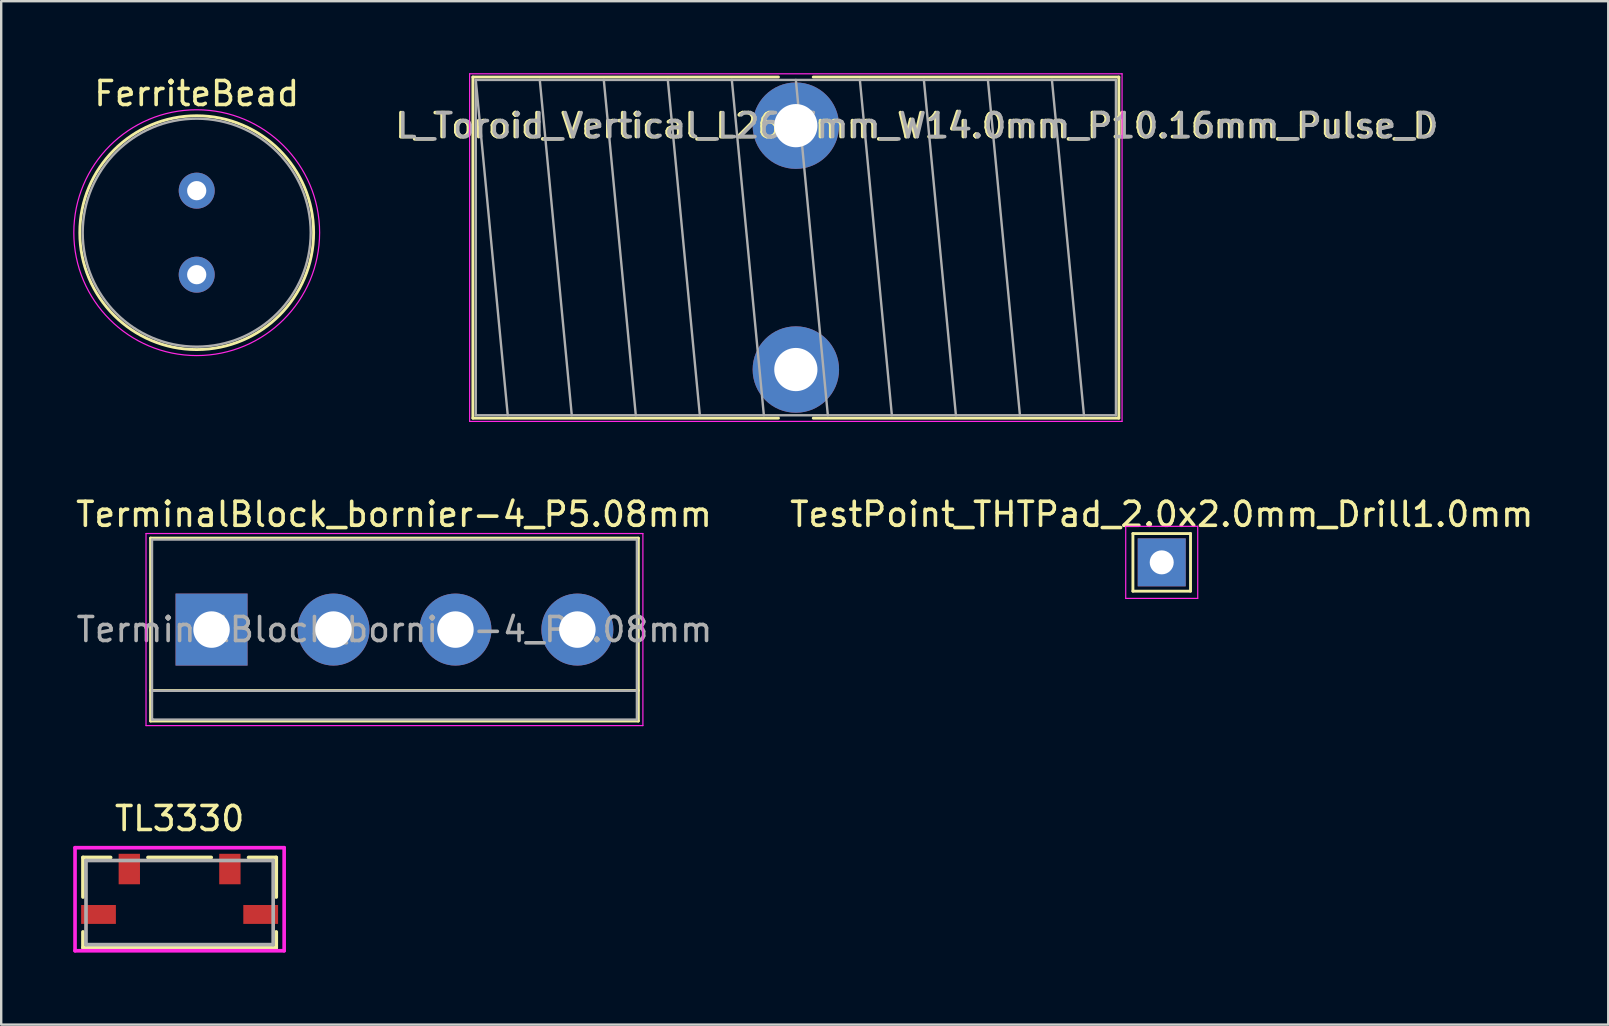
<source format=kicad_pcb>
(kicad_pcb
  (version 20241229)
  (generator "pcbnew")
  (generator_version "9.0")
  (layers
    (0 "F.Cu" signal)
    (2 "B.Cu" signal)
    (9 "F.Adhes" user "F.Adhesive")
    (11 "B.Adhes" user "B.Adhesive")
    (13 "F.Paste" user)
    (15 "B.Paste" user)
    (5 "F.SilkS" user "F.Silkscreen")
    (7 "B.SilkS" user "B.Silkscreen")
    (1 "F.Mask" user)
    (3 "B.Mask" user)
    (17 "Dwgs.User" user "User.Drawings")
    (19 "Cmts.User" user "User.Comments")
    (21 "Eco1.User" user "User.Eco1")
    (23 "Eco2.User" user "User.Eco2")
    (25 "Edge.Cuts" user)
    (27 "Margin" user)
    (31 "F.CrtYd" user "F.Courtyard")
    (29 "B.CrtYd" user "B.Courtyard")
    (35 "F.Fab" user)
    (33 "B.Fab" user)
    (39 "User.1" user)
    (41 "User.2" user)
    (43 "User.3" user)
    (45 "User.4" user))
  (footprint "TerminalBlock_bornier-4_P5.08mm"
    (layer "F.Cu")
    (at 5.763 23.178)
    (property "Reference" "TerminalBlock_bornier-4_P5.08mm" (at 7.6 -4.8 0) (layer "F.SilkS") (effects (font (size 1 1) (thickness 0.15))))
    (attr through_hole)
    (fp_line (start -2.54 -3.81) (end -2.54 3.81) (stroke (width 0.12) (type solid)) (layer "F.SilkS"))
    (fp_line (start -2.54 -3.81) (end 17.78 -3.81) (stroke (width 0.12) (type solid)) (layer "F.SilkS"))
    (fp_line (start -2.54 3.81) (end 17.78 3.81) (stroke (width 0.12) (type solid)) (layer "F.SilkS"))
    (fp_line (start 17.78 2.54) (end -2.54 2.54) (stroke (width 0.12) (type solid)) (layer "F.SilkS"))
    (fp_line (start 17.78 3.81) (end 17.78 -3.81) (stroke (width 0.12) (type solid)) (layer "F.SilkS"))
    (fp_line (start -2.73 -4) (end -2.73 4) (stroke (width 0.05) (type solid)) (layer "F.CrtYd"))
    (fp_line (start -2.73 -4) (end 17.97 -4) (stroke (width 0.05) (type solid)) (layer "F.CrtYd"))
    (fp_line (start 17.97 4) (end -2.73 4) (stroke (width 0.05) (type solid)) (layer "F.CrtYd"))
    (fp_line (start 17.97 4) (end 17.97 -4) (stroke (width 0.05) (type solid)) (layer "F.CrtYd"))
    (fp_line (start -2.48 -3.75) (end 17.72 -3.75) (stroke (width 0.1) (type solid)) (layer "F.Fab"))
    (fp_line (start -2.48 2.55) (end 17.72 2.55) (stroke (width 0.1) (type solid)) (layer "F.Fab"))
    (fp_line (start -2.48 3.75) (end -2.48 -3.75) (stroke (width 0.1) (type solid)) (layer "F.Fab"))
    (fp_line (start -2.43 3.75) (end -2.48 3.75) (stroke (width 0.1) (type solid)) (layer "F.Fab"))
    (fp_line (start 17.72 -3.75) (end 17.72 3.75) (stroke (width 0.1) (type solid)) (layer "F.Fab"))
    (fp_line (start 17.72 3.75) (end -2.43 3.75) (stroke (width 0.1) (type solid)) (layer "F.Fab"))
    (fp_text user "${REFERENCE}" (at 7.62 0 0) (layer "F.Fab") (effects (font (size 1 1) (thickness 0.15))))
    (pad "1" thru_hole rect (at 0 0) (size 3 3) (drill 1.52) (layers "*.Cu" "*.Mask"))
    (pad "2" thru_hole circle (at 5.08 0) (size 3 3) (drill 1.52) (layers "*.Cu" "*.Mask"))
    (pad "3" thru_hole circle (at 10.16 0) (size 3 3) (drill 1.52) (layers "*.Cu" "*.Mask"))
    (pad "4" thru_hole circle (at 15.24 0) (size 3 3) (drill 1.52) (layers "*.Cu" "*.Mask")))
  (footprint "TestPoint_THTPad_2.0x2.0mm_Drill1.0mm"
    (layer "F.Cu")
    (at 45.347 20.378)
    (property "Reference" "TestPoint_THTPad_2.0x2.0mm_Drill1.0mm" (at 0 -2 0) (layer "F.SilkS") (effects (font (size 1 1) (thickness 0.15))))
    (attr exclude_from_pos_files exclude_from_bom)
    (fp_line (start -1.2 -1.2) (end 1.2 -1.2) (stroke (width 0.12) (type solid)) (layer "F.SilkS"))
    (fp_line (start -1.2 1.2) (end -1.2 -1.2) (stroke (width 0.12) (type solid)) (layer "F.SilkS"))
    (fp_line (start 1.2 -1.2) (end 1.2 1.2) (stroke (width 0.12) (type solid)) (layer "F.SilkS"))
    (fp_line (start 1.2 1.2) (end -1.2 1.2) (stroke (width 0.12) (type solid)) (layer "F.SilkS"))
    (fp_line (start -1.5 -1.5) (end -1.5 1.5) (stroke (width 0.05) (type solid)) (layer "F.CrtYd"))
    (fp_line (start -1.5 -1.5) (end 1.5 -1.5) (stroke (width 0.05) (type solid)) (layer "F.CrtYd"))
    (fp_line (start 1.5 1.5) (end -1.5 1.5) (stroke (width 0.05) (type solid)) (layer "F.CrtYd"))
    (fp_line (start 1.5 1.5) (end 1.5 -1.5) (stroke (width 0.05) (type solid)) (layer "F.CrtYd"))
    (pad "1" thru_hole rect (at 0 0) (size 2 2) (drill 1) (layers "*.Cu" "*.Mask")))
  (footprint "TL3330"
    (layer "F.Cu")
    (at 4.432 34.551)
    (property "Reference" "TL3330" (at 0 -3.5 0) (layer "F.SilkS") (effects (font (size 1 1) (thickness 0.15))))
    (attr through_hole)
    (fp_line (start -4.026 -1.88) (end -4.026 -0.231) (stroke (width 0.152) (type solid)) (layer "F.SilkS"))
    (fp_line (start -4.026 1.222) (end -4.026 1.88) (stroke (width 0.152) (type solid)) (layer "F.SilkS"))
    (fp_line (start -4.026 1.88) (end 4.026 1.88) (stroke (width 0.152) (type solid)) (layer "F.SilkS"))
    (fp_line (start -2.873 -1.88) (end -4.026 -1.88) (stroke (width 0.152) (type solid)) (layer "F.SilkS"))
    (fp_line (start 1.318 -1.88) (end -1.318 -1.88) (stroke (width 0.152) (type solid)) (layer "F.SilkS"))
    (fp_line (start 4.026 -1.88) (end 2.873 -1.88) (stroke (width 0.152) (type solid)) (layer "F.SilkS"))
    (fp_line (start 4.026 -0.231) (end 4.026 -1.88) (stroke (width 0.152) (type solid)) (layer "F.SilkS"))
    (fp_line (start 4.026 1.88) (end 4.026 1.222) (stroke (width 0.152) (type solid)) (layer "F.SilkS"))
    (fp_line (start -4.356 -2.286) (end -4.356 2.007) (stroke (width 0.152) (type solid)) (layer "F.CrtYd"))
    (fp_line (start -4.356 2.007) (end 4.356 2.007) (stroke (width 0.152) (type solid)) (layer "F.CrtYd"))
    (fp_line (start 4.356 -2.286) (end -4.356 -2.286) (stroke (width 0.152) (type solid)) (layer "F.CrtYd"))
    (fp_line (start 4.356 2.007) (end 4.356 -2.286) (stroke (width 0.152) (type solid)) (layer "F.CrtYd"))
    (fp_line (start -3.899 -1.753) (end -3.899 1.753) (stroke (width 0.152) (type solid)) (layer "F.Fab"))
    (fp_line (start -3.899 1.753) (end 3.899 1.753) (stroke (width 0.152) (type solid)) (layer "F.Fab"))
    (fp_line (start 3.899 -1.753) (end -3.899 -1.753) (stroke (width 0.152) (type solid)) (layer "F.Fab"))
    (fp_line (start 3.899 1.753) (end 3.899 -1.753) (stroke (width 0.152) (type solid)) (layer "F.Fab"))
    (pad "1" smd rect (at -2.095 -1.397) (size 0.889 1.27) (layers "F.Cu" "F.Mask" "F.Paste"))
    (pad "2" smd rect (at 2.095 -1.397) (size 0.889 1.27) (layers "F.Cu" "F.Mask" "F.Paste"))
    (pad "3" smd rect (at -3.378 0.495) (size 1.448 0.787) (layers "F.Cu" "F.Mask" "F.Paste"))
    (pad "4" smd rect (at 3.378 0.495) (size 1.448 0.787) (layers "F.Cu" "F.Mask" "F.Paste")))
  (footprint "L_Toroid_Vertical_L26.7mm_W14.0mm_P10.16mm_Pulse_D"
    (layer "F.Cu")
    (at 30.105 2.185)
    (property "Reference" "L_Toroid_Vertical_L26.7mm_W14.0mm_P10.16mm_Pulse_D" (at 5 0 0) (layer "F.SilkS") (effects (font (size 1 1) (thickness 0.15))))
    (attr through_hole)
    (fp_line (start -13.455 -2.025) (end -13.455 12.185) (stroke (width 0.12) (type solid)) (layer "F.SilkS"))
    (fp_line (start -13.455 -2.025) (end -0.725 -2.025) (stroke (width 0.12) (type solid)) (layer "F.SilkS"))
    (fp_line (start -13.455 12.185) (end -0.725 12.185) (stroke (width 0.12) (type solid)) (layer "F.SilkS"))
    (fp_line (start 0.725 -2.025) (end 13.455 -2.025) (stroke (width 0.12) (type solid)) (layer "F.SilkS"))
    (fp_line (start 0.725 12.185) (end 13.455 12.185) (stroke (width 0.12) (type solid)) (layer "F.SilkS"))
    (fp_line (start 13.455 -2.025) (end 13.455 12.185) (stroke (width 0.12) (type solid)) (layer "F.SilkS"))
    (fp_line (start -13.59 -2.16) (end -13.59 12.32) (stroke (width 0.05) (type solid)) (layer "F.CrtYd"))
    (fp_line (start -13.59 12.32) (end 13.59 12.32) (stroke (width 0.05) (type solid)) (layer "F.CrtYd"))
    (fp_line (start 13.59 -2.16) (end -13.59 -2.16) (stroke (width 0.05) (type solid)) (layer "F.CrtYd"))
    (fp_line (start 13.59 12.32) (end 13.59 -2.16) (stroke (width 0.05) (type solid)) (layer "F.CrtYd"))
    (fp_line (start -13.335 -1.905) (end -13.335 12.065) (stroke (width 0.1) (type solid)) (layer "F.Fab"))
    (fp_line (start -13.335 -1.905) (end -12.002 12.065) (stroke (width 0.1) (type solid)) (layer "F.Fab"))
    (fp_line (start -13.335 12.065) (end 13.335 12.065) (stroke (width 0.1) (type solid)) (layer "F.Fab"))
    (fp_line (start -10.668 -1.905) (end -9.335 12.065) (stroke (width 0.1) (type solid)) (layer "F.Fab"))
    (fp_line (start -8.001 -1.905) (end -6.668 12.065) (stroke (width 0.1) (type solid)) (layer "F.Fab"))
    (fp_line (start -5.334 -1.905) (end -4 12.065) (stroke (width 0.1) (type solid)) (layer "F.Fab"))
    (fp_line (start -2.667 -1.905) (end -1.333 12.065) (stroke (width 0.1) (type solid)) (layer "F.Fab"))
    (fp_line (start 0 -1.905) (end 1.333 12.065) (stroke (width 0.1) (type solid)) (layer "F.Fab"))
    (fp_line (start 2.667 -1.905) (end 4 12.065) (stroke (width 0.1) (type solid)) (layer "F.Fab"))
    (fp_line (start 5.334 -1.905) (end 6.668 12.065) (stroke (width 0.1) (type solid)) (layer "F.Fab"))
    (fp_line (start 8.001 -1.905) (end 9.335 12.065) (stroke (width 0.1) (type solid)) (layer "F.Fab"))
    (fp_line (start 10.668 -1.905) (end 12.002 12.065) (stroke (width 0.1) (type solid)) (layer "F.Fab"))
    (fp_line (start 13.335 -1.905) (end -13.335 -1.905) (stroke (width 0.1) (type solid)) (layer "F.Fab"))
    (fp_line (start 13.335 12.065) (end 13.335 -1.905) (stroke (width 0.1) (type solid)) (layer "F.Fab"))
    (fp_text user "${REFERENCE}" (at 5.08 0 0) (layer "F.Fab") (effects (font (size 1 1) (thickness 0.15))))
    (pad "1" thru_hole circle (at 0 0) (size 3.6 3.6) (drill 1.8) (layers "*.Cu" "*.Mask"))
    (pad "2" thru_hole circle (at 0 10.16) (size 3.6 3.6) (drill 1.8) (layers "*.Cu" "*.Mask")))
  (footprint "FerriteBead"
    (layer "F.Cu")
    (at 5.145 6.643)
    (property "Reference" "FerriteBead" (at 0 -5.795 0) (layer "F.SilkS") (effects (font (size 1 1) (thickness 0.15))))
    (attr through_hole)
    (fp_circle (center 0 0) (end 0 4.87) (stroke (width 0.12) (type solid)) (fill no) (layer "F.SilkS"))
    (fp_circle (center 0 0) (end 0 5.12) (stroke (width 0.05) (type solid)) (fill no) (layer "F.CrtYd"))
    (fp_circle (center 0 0) (end 0 4.75) (stroke (width 0.1) (type solid)) (fill no) (layer "F.Fab"))
    (pad "1" thru_hole oval (at 0 -1.75) (size 1.5 1.5) (drill 0.8) (layers "*.Cu" "*.Mask"))
    (pad "2" thru_hole oval (at 0 1.75) (size 1.5 1.5) (drill 0.8) (layers "*.Cu" "*.Mask")))
  (gr_rect
    (start -3 -3)
    (end 63.949 39.634)
    (stroke (width 0.1) (type default))
    (fill no)
    (layer "Edge.Cuts")))
</source>
